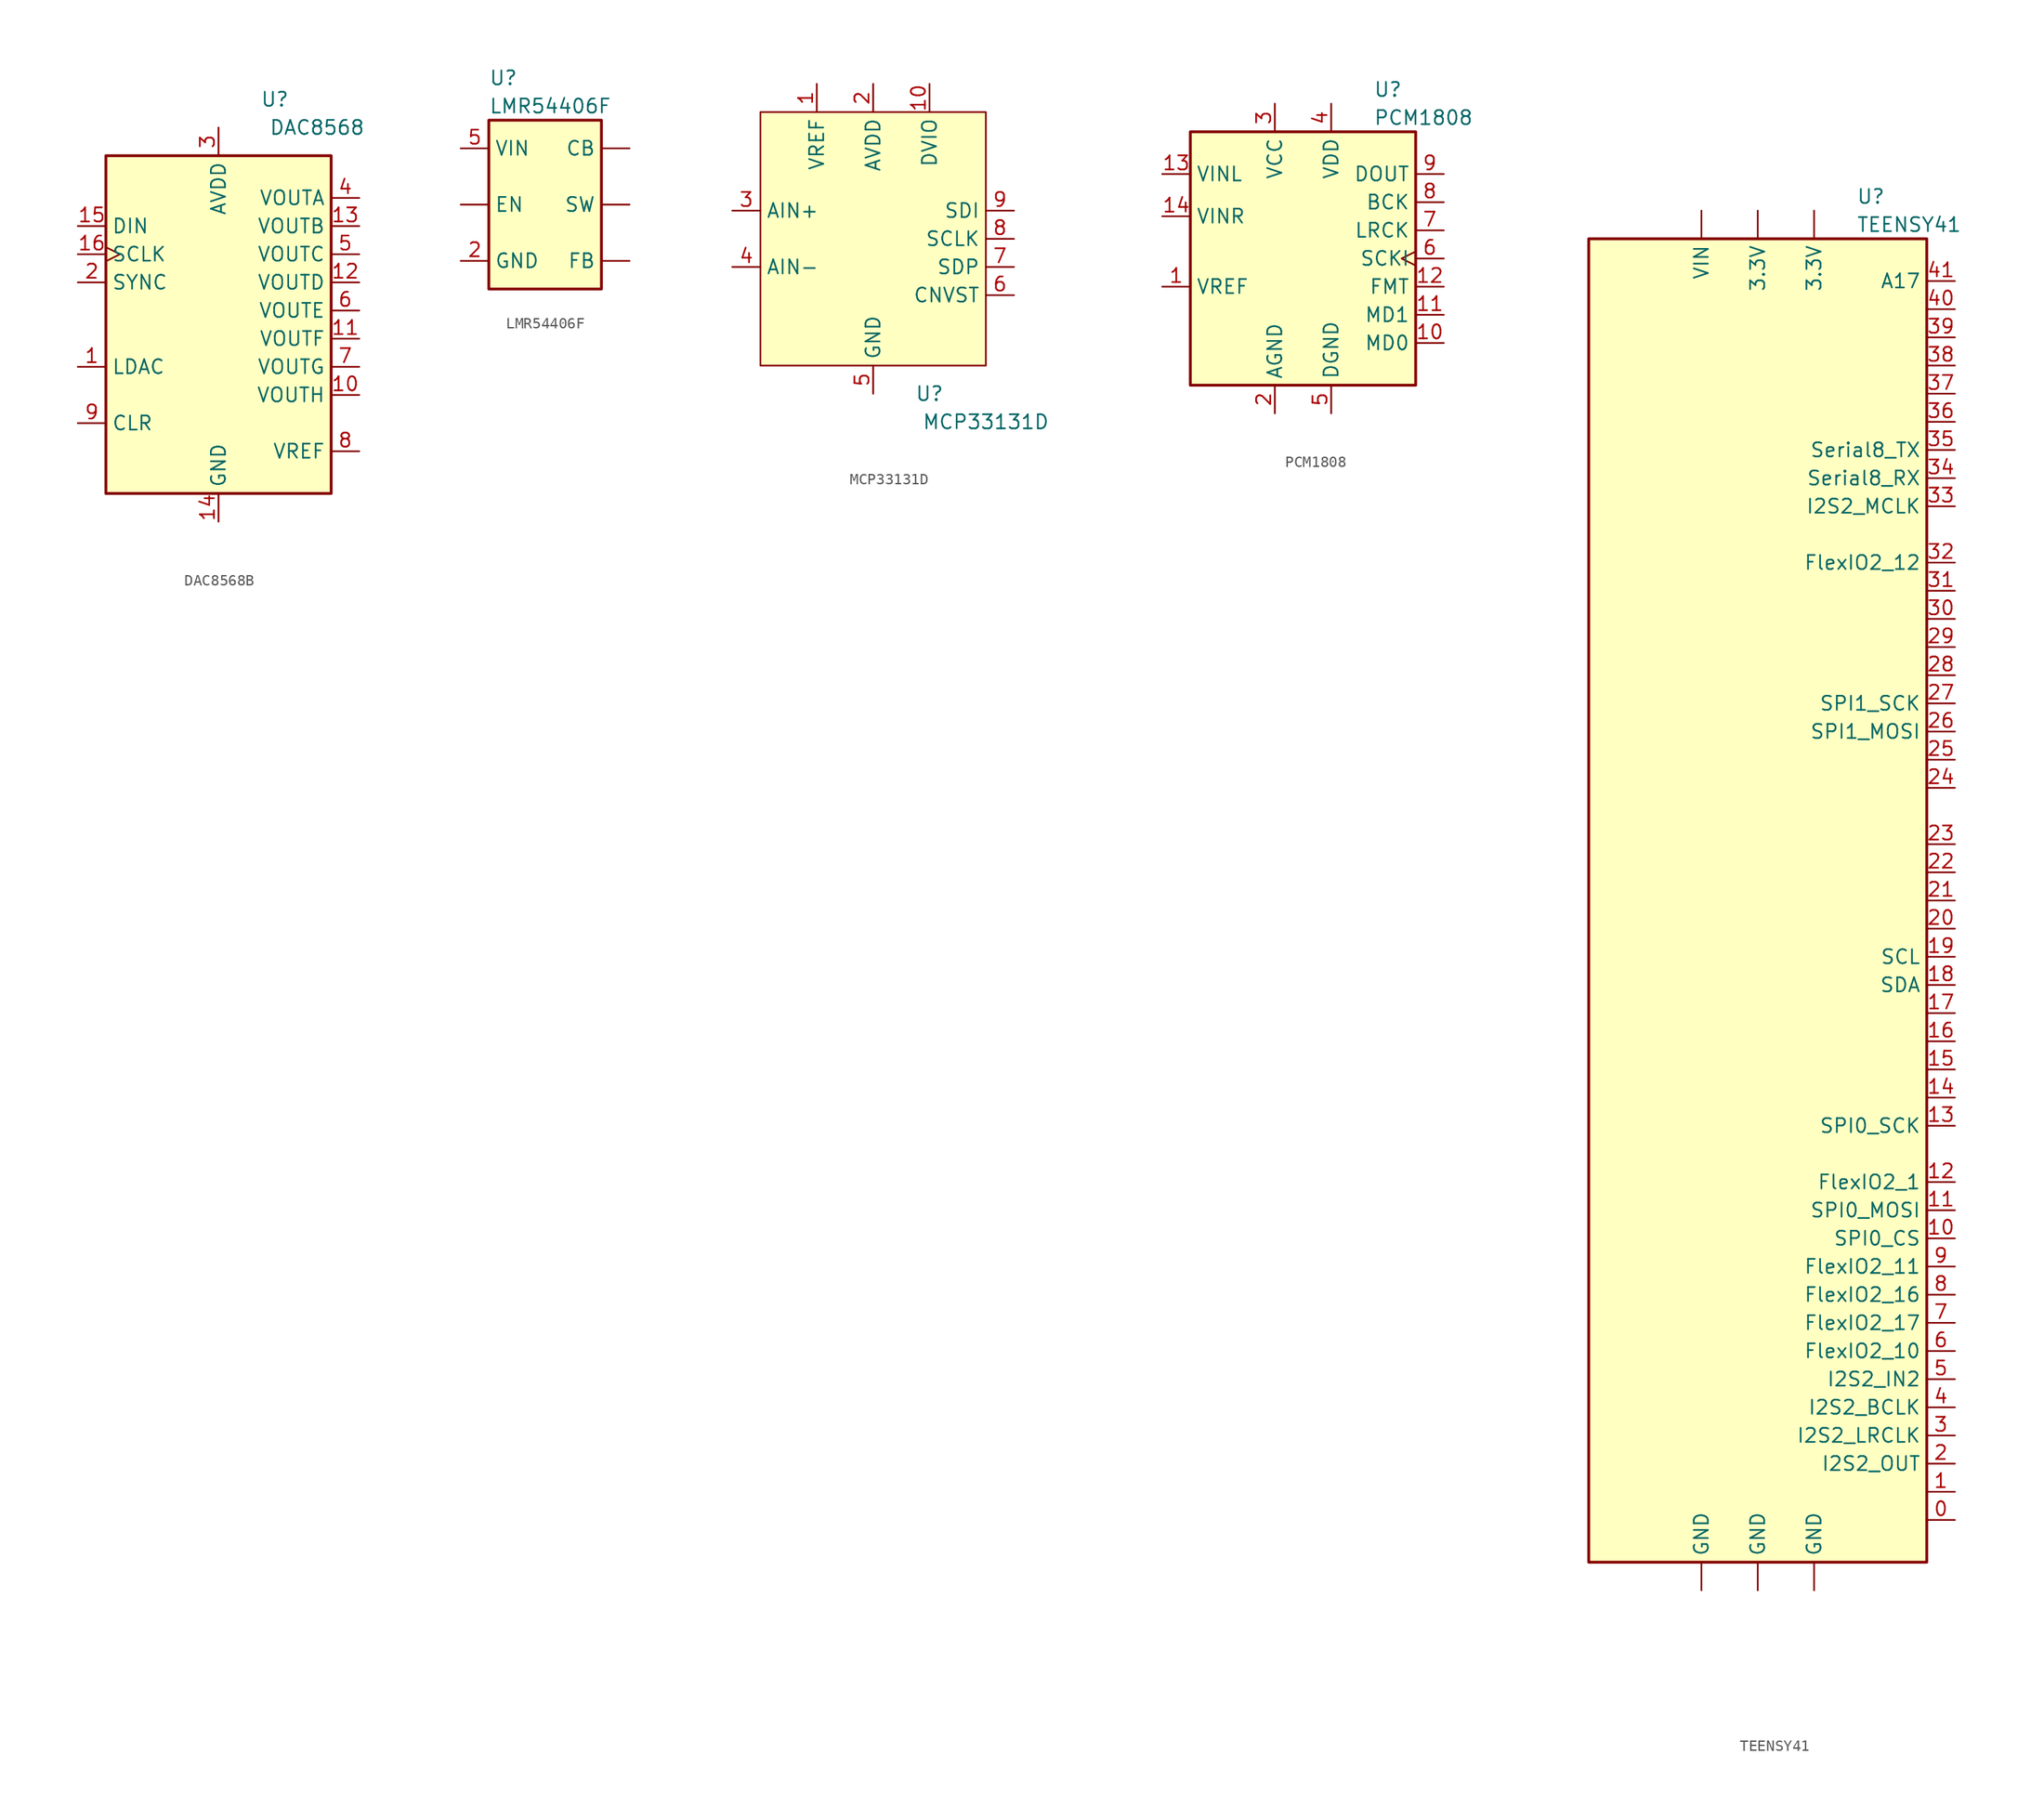
<source format=kicad_sym>
(kicad_symbol_lib
  (version 20220914)
  (generator kicad_symbol_editor)
  (symbol "DAC8568B"
    (property "Reference" "U"
      (at 5.08 19.05 0)
      (effects (font (size 1.27 1.27))))
    (property "Value" "DAC8568"
      (at 8.89 16.51 0)
      (effects (font (size 1.27 1.27))))
    (symbol "DAC8568B_1_1"
      (rectangle (start -10.16 13.97) (end 10.16 -16.51) (stroke (width 0.254) (type default)) (fill (type background)))
      (pin input line (at -12.7 -5.08 0) (length 2.54) (name "LDAC" (effects (font (size 1.27 1.27)))) (number "1" (effects (font (size 1.27 1.27)))))
      (pin output line (at 12.7 -7.62 180) (length 2.54) (name "VOUTH" (effects (font (size 1.27 1.27)))) (number "10" (effects (font (size 1.27 1.27)))))
      (pin output line (at 12.7 -2.54 180) (length 2.54) (name "VOUTF" (effects (font (size 1.27 1.27)))) (number "11" (effects (font (size 1.27 1.27)))))
      (pin output line (at 12.7 2.54 180) (length 2.54) (name "VOUTD" (effects (font (size 1.27 1.27)))) (number "12" (effects (font (size 1.27 1.27)))))
      (pin output line (at 12.7 7.62 180) (length 2.54) (name "VOUTB" (effects (font (size 1.27 1.27)))) (number "13" (effects (font (size 1.27 1.27)))))
      (pin power_in line (at 0 -19.05 90) (length 2.54) (name "GND" (effects (font (size 1.27 1.27)))) (number "14" (effects (font (size 1.27 1.27)))))
      (pin input line (at -12.7 7.62 0) (length 2.54) (name "DIN" (effects (font (size 1.27 1.27)))) (number "15" (effects (font (size 1.27 1.27)))))
      (pin input clock (at -12.7 5.08 0) (length 2.54) (name "SCLK" (effects (font (size 1.27 1.27)))) (number "16" (effects (font (size 1.27 1.27)))))
      (pin input line (at -12.7 2.54 0) (length 2.54) (name "SYNC" (effects (font (size 1.27 1.27)))) (number "2" (effects (font (size 1.27 1.27)))))
      (pin power_in line (at 0 16.51 270) (length 2.54) (name "AVDD" (effects (font (size 1.27 1.27)))) (number "3" (effects (font (size 1.27 1.27)))))
      (pin output line (at 12.7 10.16 180) (length 2.54) (name "VOUTA" (effects (font (size 1.27 1.27)))) (number "4" (effects (font (size 1.27 1.27)))))
      (pin output line (at 12.7 5.08 180) (length 2.54) (name "VOUTC" (effects (font (size 1.27 1.27)))) (number "5" (effects (font (size 1.27 1.27)))))
      (pin output line (at 12.7 0 180) (length 2.54) (name "VOUTE" (effects (font (size 1.27 1.27)))) (number "6" (effects (font (size 1.27 1.27)))))
      (pin output line (at 12.7 -5.08 180) (length 2.54) (name "VOUTG" (effects (font (size 1.27 1.27)))) (number "7" (effects (font (size 1.27 1.27)))))
      (pin output line (at 12.7 -12.7 180) (length 2.54) (name "VREF" (effects (font (size 1.27 1.27)))) (number "8" (effects (font (size 1.27 1.27)))))
      (pin input line (at -12.7 -10.16 0) (length 2.54) (name "CLR" (effects (font (size 1.27 1.27)))) (number "9" (effects (font (size 1.27 1.27)))))))
  (symbol "LMR54406F"
    (property "Reference" "U"
      (at -5.08 11.43 0)
      (effects (font (size 1.27 1.27)) (justify left)))
    (property "Value" "LMR54406F"
      (at -5.08 8.89 0)
      (effects (font (size 1.27 1.27)) (justify left)))
    (symbol "LMR54406F_1_1"
      (rectangle (start -5.08 7.62) (end 5.08 -7.62) (stroke (width 0.254) (type default)) (fill (type background)))
      (pin input line (at 7.62 5.08 180) (length 2.54) (name "CB" (effects (font (size 1.27 1.27)))) (number "" (effects (font (size 1.27 1.27)))))
      (pin input line (at -7.62 0 0) (length 2.54) (name "EN" (effects (font (size 1.27 1.27)))) (number "" (effects (font (size 1.27 1.27)))))
      (pin input line (at 7.62 -5.08 180) (length 2.54) (name "FB" (effects (font (size 1.27 1.27)))) (number "" (effects (font (size 1.27 1.27)))))
      (pin output line (at 7.62 0 180) (length 2.54) (name "SW" (effects (font (size 1.27 1.27)))) (number "" (effects (font (size 1.27 1.27)))))
      (pin power_in line (at -7.62 -5.08 0) (length 2.54) (name "GND" (effects (font (size 1.27 1.27)))) (number "2" (effects (font (size 1.27 1.27)))))
      (pin power_in line (at -7.62 5.08 0) (length 2.54) (name "VIN" (effects (font (size 1.27 1.27)))) (number "5" (effects (font (size 1.27 1.27)))))))
  (symbol "MCP33131D"
    (property "Reference" "U"
      (at 5.08 -13.97 0)
      (effects (font (size 1.27 1.27))))
    (property "Value" "MCP33131D"
      (at 10.16 -16.51 0)
      (effects (font (size 1.27 1.27))))
    (symbol "MCP33131D_1_1"
      (rectangle (start -10.16 11.43) (end 10.16 -11.43) (stroke (width 0) (type default)) (fill (type background)))
      (pin power_in line (at -5.08 13.97 270) (length 2.54) (name "VREF" (effects (font (size 1.27 1.27)))) (number "1" (effects (font (size 1.27 1.27)))))
      (pin power_in line (at 5.08 13.97 270) (length 2.54) (name "DVIO" (effects (font (size 1.27 1.27)))) (number "10" (effects (font (size 1.27 1.27)))))
      (pin power_in line (at 0 13.97 270) (length 2.54) (name "AVDD" (effects (font (size 1.27 1.27)))) (number "2" (effects (font (size 1.27 1.27)))))
      (pin input line (at -12.7 2.54 0) (length 2.54) (name "AIN+" (effects (font (size 1.27 1.27)))) (number "3" (effects (font (size 1.27 1.27)))))
      (pin input line (at -12.7 -2.54 0) (length 2.54) (name "AIN-" (effects (font (size 1.27 1.27)))) (number "4" (effects (font (size 1.27 1.27)))))
      (pin power_in line (at 0 -13.97 90) (length 2.54) (name "GND" (effects (font (size 1.27 1.27)))) (number "5" (effects (font (size 1.27 1.27)))))
      (pin input line (at 12.7 -5.08 180) (length 2.54) (name "CNVST" (effects (font (size 1.27 1.27)))) (number "6" (effects (font (size 1.27 1.27)))))
      (pin output line (at 12.7 -2.54 180) (length 2.54) (name "SDP" (effects (font (size 1.27 1.27)))) (number "7" (effects (font (size 1.27 1.27)))))
      (pin input line (at 12.7 0 180) (length 2.54) (name "SCLK" (effects (font (size 1.27 1.27)))) (number "8" (effects (font (size 1.27 1.27)))))
      (pin input line (at 12.7 2.54 180) (length 2.54) (name "SDI" (effects (font (size 1.27 1.27)))) (number "9" (effects (font (size 1.27 1.27)))))))
  (symbol "PCM1808"
    (property "Reference" "U"
      (at 6.35 15.24 0)
      (effects (font (size 1.27 1.27)) (justify left)))
    (property "Value" "PCM1808"
      (at 6.35 12.7 0)
      (effects (font (size 1.27 1.27)) (justify left)))
    (symbol "PCM1808_1_1"
      (rectangle (start -10.16 11.43) (end 10.16 -11.43) (stroke (width 0.254) (type default)) (fill (type background)))
      (pin output line (at -12.7 -2.54 0) (length 2.54) (name "VREF" (effects (font (size 1.27 1.27)))) (number "1" (effects (font (size 1.27 1.27)))))
      (pin input line (at 12.7 -7.62 180) (length 2.54) (name "MD0" (effects (font (size 1.27 1.27)))) (number "10" (effects (font (size 1.27 1.27)))))
      (pin input line (at 12.7 -5.08 180) (length 2.54) (name "MD1" (effects (font (size 1.27 1.27)))) (number "11" (effects (font (size 1.27 1.27)))))
      (pin input line (at 12.7 -2.54 180) (length 2.54) (name "FMT" (effects (font (size 1.27 1.27)))) (number "12" (effects (font (size 1.27 1.27)))))
      (pin input line (at -12.7 7.62 0) (length 2.54) (name "VINL" (effects (font (size 1.27 1.27)))) (number "13" (effects (font (size 1.27 1.27)))))
      (pin input line (at -12.7 3.81 0) (length 2.54) (name "VINR" (effects (font (size 1.27 1.27)))) (number "14" (effects (font (size 1.27 1.27)))))
      (pin power_in line (at -2.54 -13.97 90) (length 2.54) (name "AGND" (effects (font (size 1.27 1.27)))) (number "2" (effects (font (size 1.27 1.27)))))
      (pin power_in line (at -2.54 13.97 270) (length 2.54) (name "VCC" (effects (font (size 1.27 1.27)))) (number "3" (effects (font (size 1.27 1.27)))))
      (pin power_in line (at 2.54 13.97 270) (length 2.54) (name "VDD" (effects (font (size 1.27 1.27)))) (number "4" (effects (font (size 1.27 1.27)))))
      (pin power_in line (at 2.54 -13.97 90) (length 2.54) (name "DGND" (effects (font (size 1.27 1.27)))) (number "5" (effects (font (size 1.27 1.27)))))
      (pin input clock (at 12.7 0 180) (length 2.54) (name "SCKI" (effects (font (size 1.27 1.27)))) (number "6" (effects (font (size 1.27 1.27)))))
      (pin input line (at 12.7 2.54 180) (length 2.54) (name "LRCK" (effects (font (size 1.27 1.27)))) (number "7" (effects (font (size 1.27 1.27)))))
      (pin input line (at 12.7 5.08 180) (length 2.54) (name "BCK" (effects (font (size 1.27 1.27)))) (number "8" (effects (font (size 1.27 1.27)))))
      (pin output line (at 12.7 7.62 180) (length 2.54) (name "DOUT" (effects (font (size 1.27 1.27)))) (number "9" (effects (font (size 1.27 1.27)))))))
  (symbol "TEENSY41"
    (property "Reference" "U"
      (at 8.89 86.36 0)
      (effects (font (size 1.27 1.27)) (justify left)))
    (property "Value" "TEENSY41"
      (at 8.89 83.82 0)
      (effects (font (size 1.27 1.27)) (justify left)))
    (symbol "TEENSY41_1_1"
      (rectangle (start -15.24 82.55) (end 15.24 -36.83) (stroke (width 0.254) (type default)) (fill (type background)))
      (pin power_in line (at 0 85.09 270) (length 2.54) (name "3.3V" (effects (font (size 1.27 1.27)))) (number "" (effects (font (size 1.27 1.27)))))
      (pin power_in line (at 5.08 85.09 270) (length 2.54) (name "3.3V" (effects (font (size 1.27 1.27)))) (number "" (effects (font (size 1.27 1.27)))))
      (pin power_in line (at -5.08 -39.37 90) (length 2.54) (name "GND" (effects (font (size 1.27 1.27)))) (number "" (effects (font (size 1.27 1.27)))))
      (pin power_in line (at 0 -39.37 90) (length 2.54) (name "GND" (effects (font (size 1.27 1.27)))) (number "" (effects (font (size 1.27 1.27)))))
      (pin power_in line (at 5.08 -39.37 90) (length 2.54) (name "GND" (effects (font (size 1.27 1.27)))) (number "" (effects (font (size 1.27 1.27)))))
      (pin power_in line (at -5.08 85.09 270) (length 2.54) (name "VIN" (effects (font (size 1.27 1.27)))) (number "" (effects (font (size 1.27 1.27)))))
      (pin bidirectional line (at 17.78 -33.02 180) (length 2.54) (name "" (effects (font (size 1.27 1.27)))) (number "0" (effects (font (size 1.27 1.27)))))
      (pin bidirectional line (at 17.78 -30.48 180) (length 2.54) (name "" (effects (font (size 1.27 1.27)))) (number "1" (effects (font (size 1.27 1.27)))))
      (pin bidirectional line (at 17.78 -7.62 180) (length 2.54) (name "SPI0_CS" (effects (font (size 1.27 1.27)))) (number "10" (effects (font (size 1.27 1.27)))))
      (pin bidirectional line (at 17.78 -5.08 180) (length 2.54) (name "SPI0_MOSI" (effects (font (size 1.27 1.27)))) (number "11" (effects (font (size 1.27 1.27)))))
      (pin bidirectional line (at 17.78 -2.54 180) (length 2.54) (name "FlexIO2_1" (effects (font (size 1.27 1.27)))) (number "12" (effects (font (size 1.27 1.27)))))
      (pin bidirectional line (at 17.78 2.54 180) (length 2.54) (name "SPI0_SCK" (effects (font (size 1.27 1.27)))) (number "13" (effects (font (size 1.27 1.27)))))
      (pin bidirectional line (at 17.78 5.08 180) (length 2.54) (name "" (effects (font (size 1.27 1.27)))) (number "14" (effects (font (size 1.27 1.27)))))
      (pin bidirectional line (at 17.78 7.62 180) (length 2.54) (name "" (effects (font (size 1.27 1.27)))) (number "15" (effects (font (size 1.27 1.27)))))
      (pin bidirectional line (at 17.78 10.16 180) (length 2.54) (name "" (effects (font (size 1.27 1.27)))) (number "16" (effects (font (size 1.27 1.27)))))
      (pin bidirectional line (at 17.78 12.7 180) (length 2.54) (name "" (effects (font (size 1.27 1.27)))) (number "17" (effects (font (size 1.27 1.27)))))
      (pin bidirectional line (at 17.78 15.24 180) (length 2.54) (name "SDA" (effects (font (size 1.27 1.27)))) (number "18" (effects (font (size 1.27 1.27)))))
      (pin bidirectional line (at 17.78 17.78 180) (length 2.54) (name "SCL" (effects (font (size 1.27 1.27)))) (number "19" (effects (font (size 1.27 1.27)))))
      (pin bidirectional line (at 17.78 -27.94 180) (length 2.54) (name "I2S2_OUT" (effects (font (size 1.27 1.27)))) (number "2" (effects (font (size 1.27 1.27)))))
      (pin bidirectional line (at 17.78 20.32 180) (length 2.54) (name "" (effects (font (size 1.27 1.27)))) (number "20" (effects (font (size 1.27 1.27)))))
      (pin bidirectional line (at 17.78 22.86 180) (length 2.54) (name "" (effects (font (size 1.27 1.27)))) (number "21" (effects (font (size 1.27 1.27)))))
      (pin bidirectional line (at 17.78 25.4 180) (length 2.54) (name "" (effects (font (size 1.27 1.27)))) (number "22" (effects (font (size 1.27 1.27)))))
      (pin bidirectional line (at 17.78 27.94 180) (length 2.54) (name "" (effects (font (size 1.27 1.27)))) (number "23" (effects (font (size 1.27 1.27)))))
      (pin bidirectional line (at 17.78 33.02 180) (length 2.54) (name "" (effects (font (size 1.27 1.27)))) (number "24" (effects (font (size 1.27 1.27)))))
      (pin bidirectional line (at 17.78 35.56 180) (length 2.54) (name "" (effects (font (size 1.27 1.27)))) (number "25" (effects (font (size 1.27 1.27)))))
      (pin bidirectional line (at 17.78 38.1 180) (length 2.54) (name "SPI1_MOSI" (effects (font (size 1.27 1.27)))) (number "26" (effects (font (size 1.27 1.27)))))
      (pin bidirectional line (at 17.78 40.64 180) (length 2.54) (name "SPI1_SCK" (effects (font (size 1.27 1.27)))) (number "27" (effects (font (size 1.27 1.27)))))
      (pin bidirectional line (at 17.78 43.18 180) (length 2.54) (name "" (effects (font (size 1.27 1.27)))) (number "28" (effects (font (size 1.27 1.27)))))
      (pin bidirectional line (at 17.78 45.72 180) (length 2.54) (name "" (effects (font (size 1.27 1.27)))) (number "29" (effects (font (size 1.27 1.27)))))
      (pin bidirectional line (at 17.78 -25.4 180) (length 2.54) (name "I2S2_LRCLK" (effects (font (size 1.27 1.27)))) (number "3" (effects (font (size 1.27 1.27)))))
      (pin bidirectional line (at 17.78 48.26 180) (length 2.54) (name "" (effects (font (size 1.27 1.27)))) (number "30" (effects (font (size 1.27 1.27)))))
      (pin bidirectional line (at 17.78 50.8 180) (length 2.54) (name "" (effects (font (size 1.27 1.27)))) (number "31" (effects (font (size 1.27 1.27)))))
      (pin bidirectional line (at 17.78 53.34 180) (length 2.54) (name "FlexIO2_12" (effects (font (size 1.27 1.27)))) (number "32" (effects (font (size 1.27 1.27)))))
      (pin bidirectional line (at 17.78 58.42 180) (length 2.54) (name "I2S2_MCLK" (effects (font (size 1.27 1.27)))) (number "33" (effects (font (size 1.27 1.27)))))
      (pin bidirectional line (at 17.78 60.96 180) (length 2.54) (name "Serial8_RX" (effects (font (size 1.27 1.27)))) (number "34" (effects (font (size 1.27 1.27)))))
      (pin bidirectional line (at 17.78 63.5 180) (length 2.54) (name "Serial8_TX" (effects (font (size 1.27 1.27)))) (number "35" (effects (font (size 1.27 1.27)))))
      (pin bidirectional line (at 17.78 66.04 180) (length 2.54) (name "" (effects (font (size 1.27 1.27)))) (number "36" (effects (font (size 1.27 1.27)))))
      (pin bidirectional line (at 17.78 68.58 180) (length 2.54) (name "" (effects (font (size 1.27 1.27)))) (number "37" (effects (font (size 1.27 1.27)))))
      (pin bidirectional line (at 17.78 71.12 180) (length 2.54) (name "" (effects (font (size 1.27 1.27)))) (number "38" (effects (font (size 1.27 1.27)))))
      (pin bidirectional line (at 17.78 73.66 180) (length 2.54) (name "" (effects (font (size 1.27 1.27)))) (number "39" (effects (font (size 1.27 1.27)))))
      (pin bidirectional line (at 17.78 -22.86 180) (length 2.54) (name "I2S2_BCLK" (effects (font (size 1.27 1.27)))) (number "4" (effects (font (size 1.27 1.27)))))
      (pin bidirectional line (at 17.78 76.2 180) (length 2.54) (name "" (effects (font (size 1.27 1.27)))) (number "40" (effects (font (size 1.27 1.27)))))
      (pin bidirectional line (at 17.78 78.74 180) (length 2.54) (name "A17" (effects (font (size 1.27 1.27)))) (number "41" (effects (font (size 1.27 1.27)))))
      (pin bidirectional line (at 17.78 -20.32 180) (length 2.54) (name "I2S2_IN2" (effects (font (size 1.27 1.27)))) (number "5" (effects (font (size 1.27 1.27)))))
      (pin bidirectional line (at 17.78 -17.78 180) (length 2.54) (name "FlexIO2_10" (effects (font (size 1.27 1.27)))) (number "6" (effects (font (size 1.27 1.27)))))
      (pin bidirectional line (at 17.78 -15.24 180) (length 2.54) (name "FlexIO2_17" (effects (font (size 1.27 1.27)))) (number "7" (effects (font (size 1.27 1.27)))))
      (pin bidirectional line (at 17.78 -12.7 180) (length 2.54) (name "FlexIO2_16" (effects (font (size 1.27 1.27)))) (number "8" (effects (font (size 1.27 1.27)))))
      (pin bidirectional line (at 17.78 -10.16 180) (length 2.54) (name "FlexIO2_11" (effects (font (size 1.27 1.27)))) (number "9" (effects (font (size 1.27 1.27))))))))
</source>
